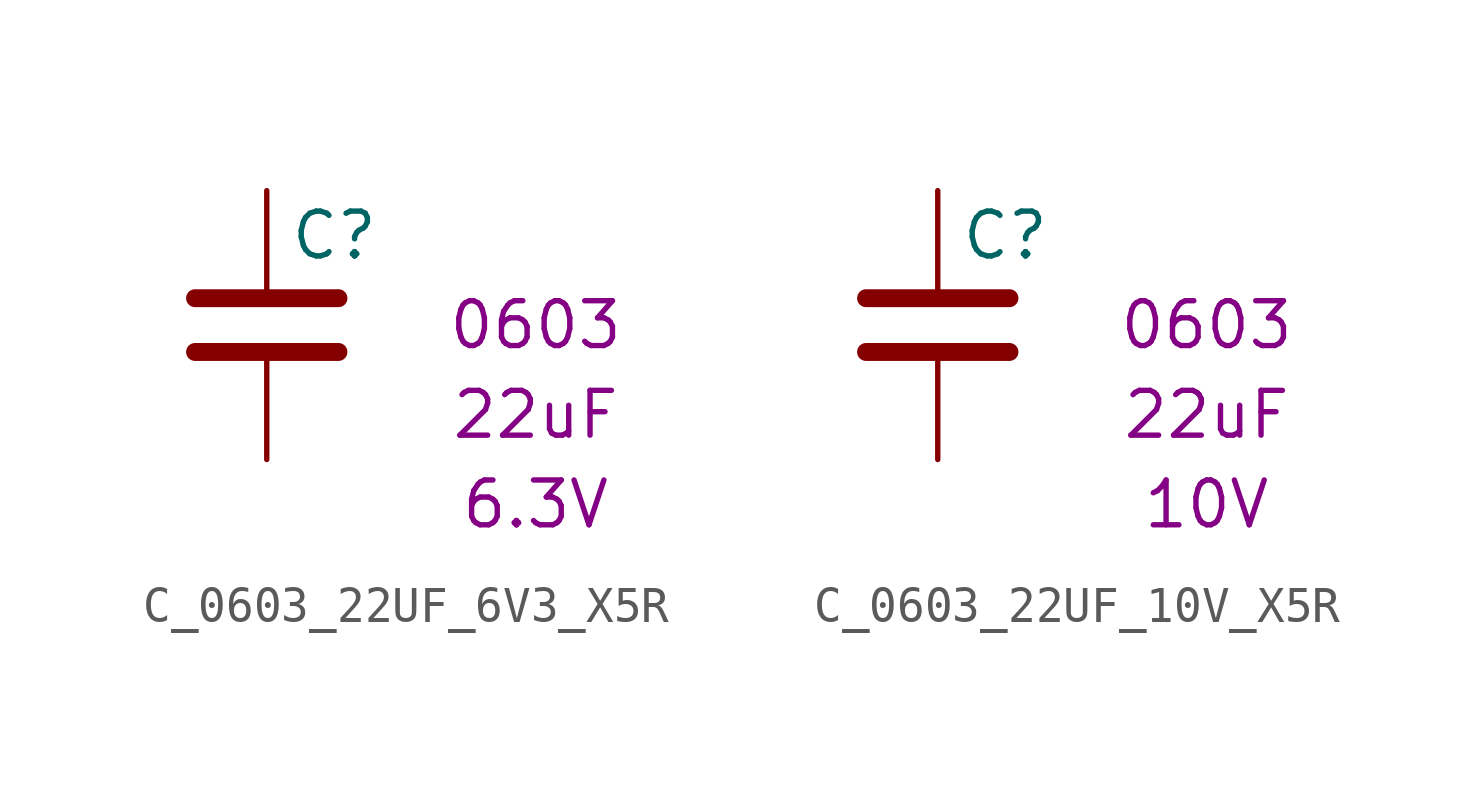
<source format=kicad_sym>
(kicad_symbol_lib
  (version 20211014)
  (generator kicad_symbol_editor)
  (symbol "C_0603_22UF_6V3_X5R"
    (pin_numbers hide)
    (pin_names
      (offset 0.254))
    (property "Reference" "C"
      (at 0.635 3.81 0)
      (effects (font (size 1.27 1.27)) (justify left)))
    (property "Voltage" "6.3V"
      (at 7.62 -3.81 0)
      (effects (font (size 1.27 1.27))))
    (property "Cap_value" "22uF"
      (at 7.62 -1.27 0)
      (effects (font (size 1.27 1.27))))
    (property "Size" "0603"
      (at 7.62 1.27 0)
      (effects (font (size 1.27 1.27))))
    (symbol "C_0603_22UF_6V3_X5R_0_1"
      (polyline (pts (xy -2.032 0.508) (xy 2.032 0.508)) (stroke (width 0.508) (type default) (color 0 0 0 0)) (fill (type none)))
      (polyline (pts (xy -2.032 2.032) (xy 2.032 2.032)) (stroke (width 0.508) (type default) (color 0 0 0 0)) (fill (type none))))
    (symbol "C_0603_22UF_6V3_X5R_1_1"
      (pin passive line (at 0 5.08 270) (length 2.794) (name "~" (effects (font (size 1.27 1.27)))) (number "1" (effects (font (size 1.27 1.27)))))
      (pin passive line (at 0 -2.54 90) (length 2.794) (name "~" (effects (font (size 1.27 1.27)))) (number "2" (effects (font (size 1.27 1.27)))))))
  (symbol "C_0603_22UF_10V_X5R"
    (pin_numbers hide)
    (pin_names
      (offset 0.254))
    (property "Reference" "C"
      (at 0.635 3.81 0)
      (effects (font (size 1.27 1.27)) (justify left)))
    (property "Voltage" "10V"
      (at 7.62 -3.81 0)
      (effects (font (size 1.27 1.27))))
    (property "Cap_value" "22uF"
      (at 7.62 -1.27 0)
      (effects (font (size 1.27 1.27))))
    (property "Size" "0603"
      (at 7.62 1.27 0)
      (effects (font (size 1.27 1.27))))
    (symbol "C_0603_22UF_10V_X5R_0_1"
      (polyline (pts (xy -2.032 0.508) (xy 2.032 0.508)) (stroke (width 0.508) (type default) (color 0 0 0 0)) (fill (type none)))
      (polyline (pts (xy -2.032 2.032) (xy 2.032 2.032)) (stroke (width 0.508) (type default) (color 0 0 0 0)) (fill (type none))))
    (symbol "C_0603_22UF_10V_X5R_1_1"
      (pin passive line (at 0 5.08 270) (length 2.794) (name "~" (effects (font (size 1.27 1.27)))) (number "1" (effects (font (size 1.27 1.27)))))
      (pin passive line (at 0 -2.54 90) (length 2.794) (name "~" (effects (font (size 1.27 1.27)))) (number "2" (effects (font (size 1.27 1.27))))))))
</source>
